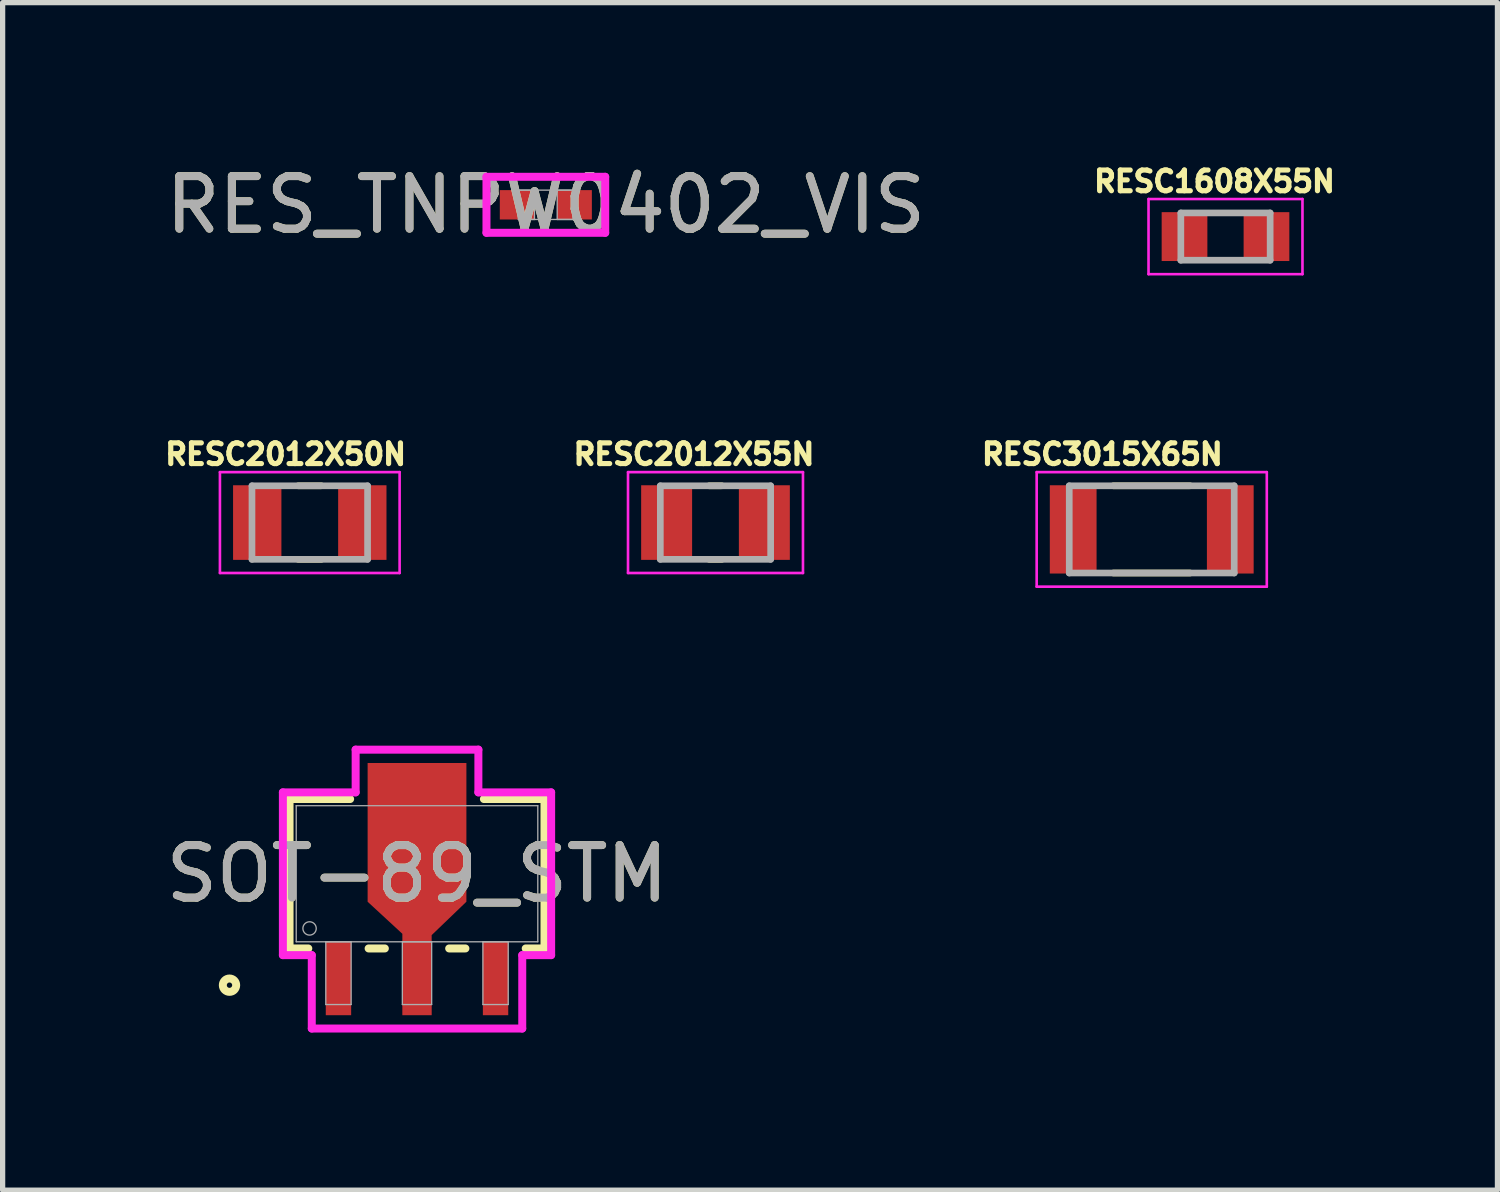
<source format=kicad_pcb>
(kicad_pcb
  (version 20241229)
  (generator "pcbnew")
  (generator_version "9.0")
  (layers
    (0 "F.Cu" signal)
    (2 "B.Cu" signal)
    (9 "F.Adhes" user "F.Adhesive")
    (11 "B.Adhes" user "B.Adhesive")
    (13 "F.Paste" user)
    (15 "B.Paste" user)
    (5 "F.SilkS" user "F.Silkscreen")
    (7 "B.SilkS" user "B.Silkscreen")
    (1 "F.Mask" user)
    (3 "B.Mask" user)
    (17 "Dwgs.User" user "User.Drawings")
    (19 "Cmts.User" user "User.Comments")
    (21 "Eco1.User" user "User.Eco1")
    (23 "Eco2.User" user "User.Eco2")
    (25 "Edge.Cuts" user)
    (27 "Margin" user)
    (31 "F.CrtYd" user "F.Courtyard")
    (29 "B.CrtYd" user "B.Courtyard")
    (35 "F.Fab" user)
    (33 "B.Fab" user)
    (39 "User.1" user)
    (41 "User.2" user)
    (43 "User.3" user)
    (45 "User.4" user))
  (footprint "SOT-89_STM"
    (layer "F.Cu")
    (at 4.887 13.58)
    (property "Reference" "SOT-89_STM" (at 0 0 0) (unlocked yes) (layer "F.SilkS") (effects (font (size 1 1) (thickness 0.15))))
    (attr smd)
    (fp_poly (pts (xy -0.279 1.295) (xy -0.279 1.143) (xy -0.94 0.533) (xy -0.94 -2.108) (xy 0.94 -2.108) (xy 0.94 0.533) (xy 0.279 1.168) (xy 0.279 1.295)) (stroke (width 0) (type solid)) (fill yes) (layer "F.Cu"))
    (fp_poly (pts (xy -0.279 1.295) (xy -0.279 1.143) (xy -0.914 0.508) (xy -0.914 -1.956) (xy 0.914 -1.956) (xy 0.914 0.508) (xy 0.279 1.143) (xy 0.279 1.295)) (stroke (width 0) (type solid)) (fill yes) (layer "F.Mask"))
    (fp_line (start -2.426 -1.422) (end -2.426 1.422) (stroke (width 0.152) (type solid)) (layer "F.SilkS"))
    (fp_line (start -2.426 1.422) (end -2.069 1.422) (stroke (width 0.152) (type solid)) (layer "F.SilkS"))
    (fp_line (start -1.273 -1.422) (end -2.426 -1.422) (stroke (width 0.152) (type solid)) (layer "F.SilkS"))
    (fp_line (start -0.921 1.422) (end -0.612 1.422) (stroke (width 0.152) (type solid)) (layer "F.SilkS"))
    (fp_line (start 0.612 1.422) (end 0.921 1.422) (stroke (width 0.152) (type solid)) (layer "F.SilkS"))
    (fp_line (start 2.069 1.422) (end 2.426 1.422) (stroke (width 0.152) (type solid)) (layer "F.SilkS"))
    (fp_line (start 2.426 -1.422) (end 1.273 -1.422) (stroke (width 0.152) (type solid)) (layer "F.SilkS"))
    (fp_line (start 2.426 1.422) (end 2.426 -1.422) (stroke (width 0.152) (type solid)) (layer "F.SilkS"))
    (fp_circle (center -3.569 2.121) (end -3.442 2.121) (stroke (width 0.152) (type solid)) (fill no) (layer "F.SilkS"))
    (fp_poly (pts (xy -0.279 1.295) (xy -0.279 1.143) (xy -0.914 0.508) (xy -0.914 -1.956) (xy 0.914 -1.956) (xy 0.914 0.508) (xy 0.279 1.143) (xy 0.279 1.295)) (stroke (width 0) (type solid)) (fill yes) (layer "F.Paste"))
    (fp_line (start -2.553 -1.549) (end -1.168 -1.549) (stroke (width 0.152) (type solid)) (layer "F.CrtYd"))
    (fp_line (start -2.553 1.549) (end -2.553 -1.549) (stroke (width 0.152) (type solid)) (layer "F.CrtYd"))
    (fp_line (start -2.003 1.549) (end -2.553 1.549) (stroke (width 0.152) (type solid)) (layer "F.CrtYd"))
    (fp_line (start -2.003 2.946) (end -2.003 1.549) (stroke (width 0.152) (type solid)) (layer "F.CrtYd"))
    (fp_line (start -1.168 -2.362) (end 1.168 -2.362) (stroke (width 0.152) (type solid)) (layer "F.CrtYd"))
    (fp_line (start -1.168 -1.549) (end -1.168 -2.362) (stroke (width 0.152) (type solid)) (layer "F.CrtYd"))
    (fp_line (start 1.168 -2.362) (end 1.168 -1.549) (stroke (width 0.152) (type solid)) (layer "F.CrtYd"))
    (fp_line (start 1.168 -1.549) (end 2.553 -1.549) (stroke (width 0.152) (type solid)) (layer "F.CrtYd"))
    (fp_line (start 2.003 1.549) (end 2.003 2.946) (stroke (width 0.152) (type solid)) (layer "F.CrtYd"))
    (fp_line (start 2.003 2.946) (end -2.003 2.946) (stroke (width 0.152) (type solid)) (layer "F.CrtYd"))
    (fp_line (start 2.553 -1.549) (end 2.553 1.549) (stroke (width 0.152) (type solid)) (layer "F.CrtYd"))
    (fp_line (start 2.553 1.549) (end 2.003 1.549) (stroke (width 0.152) (type solid)) (layer "F.CrtYd"))
    (fp_line (start -2.299 -1.295) (end -2.299 1.295) (stroke (width 0.025) (type solid)) (layer "F.Fab"))
    (fp_line (start -2.299 1.295) (end 2.299 1.295) (stroke (width 0.025) (type solid)) (layer "F.Fab"))
    (fp_line (start -1.736 1.295) (end -1.736 2.489) (stroke (width 0.025) (type solid)) (layer "F.Fab"))
    (fp_line (start -1.736 2.489) (end -1.254 2.489) (stroke (width 0.025) (type solid)) (layer "F.Fab"))
    (fp_line (start -1.254 1.295) (end -1.736 1.295) (stroke (width 0.025) (type solid)) (layer "F.Fab"))
    (fp_line (start -1.254 2.489) (end -1.254 1.295) (stroke (width 0.025) (type solid)) (layer "F.Fab"))
    (fp_line (start -0.279 1.295) (end -0.279 2.489) (stroke (width 0.025) (type solid)) (layer "F.Fab"))
    (fp_line (start -0.279 2.489) (end 0.279 2.489) (stroke (width 0.025) (type solid)) (layer "F.Fab"))
    (fp_line (start 0.279 1.295) (end -0.279 1.295) (stroke (width 0.025) (type solid)) (layer "F.Fab"))
    (fp_line (start 0.279 2.489) (end 0.279 1.295) (stroke (width 0.025) (type solid)) (layer "F.Fab"))
    (fp_line (start 1.254 1.295) (end 1.254 2.489) (stroke (width 0.025) (type solid)) (layer "F.Fab"))
    (fp_line (start 1.254 2.489) (end 1.736 2.489) (stroke (width 0.025) (type solid)) (layer "F.Fab"))
    (fp_line (start 1.736 1.295) (end 1.254 1.295) (stroke (width 0.025) (type solid)) (layer "F.Fab"))
    (fp_line (start 1.736 2.489) (end 1.736 1.295) (stroke (width 0.025) (type solid)) (layer "F.Fab"))
    (fp_line (start 2.299 -1.295) (end -2.299 -1.295) (stroke (width 0.025) (type solid)) (layer "F.Fab"))
    (fp_line (start 2.299 1.295) (end 2.299 -1.295) (stroke (width 0.025) (type solid)) (layer "F.Fab"))
    (fp_circle (center -2.045 1.041) (end -1.918 1.041) (stroke (width 0.025) (type solid)) (fill no) (layer "F.Fab"))
    (fp_text user "${REFERENCE}" (at 0 0 0) (unlocked yes) (layer "F.Fab") (effects (font (size 1 1) (thickness 0.15))))
    (pad "1" smd rect (at -1.495 1.994) (size 0.483 1.397) (layers "F.Cu" "F.Mask" "F.Paste"))
    (pad "2" smd rect (at 0 1.994) (size 0.559 1.397) (layers "F.Cu" "F.Mask" "F.Paste"))
    (pad "3" smd rect (at 1.495 1.994) (size 0.483 1.397) (layers "F.Cu" "F.Mask" "F.Paste")))
  (footprint "RESC2012X55N"
    (layer "F.Cu")
    (at 10.568 6.896)
    (property "Reference" "RESC2012X55N" (at -0.41 -1.3 0) (layer "F.SilkS") (effects (font (size 0.394 0.394) (thickness 0.15))))
    (attr smd)
    (fp_line (start -0.12 -0.7) (end 0.12 -0.7) (stroke (width 0.127) (type solid)) (layer "F.SilkS"))
    (fp_line (start -0.12 0.7) (end 0.12 0.7) (stroke (width 0.127) (type solid)) (layer "F.SilkS"))
    (fp_line (start -1.665 -0.96) (end 1.665 -0.96) (stroke (width 0.05) (type solid)) (layer "F.CrtYd"))
    (fp_line (start -1.665 0.96) (end -1.665 -0.96) (stroke (width 0.05) (type solid)) (layer "F.CrtYd"))
    (fp_line (start -1.665 0.96) (end 1.665 0.96) (stroke (width 0.05) (type solid)) (layer "F.CrtYd"))
    (fp_line (start 1.665 0.96) (end 1.665 -0.96) (stroke (width 0.05) (type solid)) (layer "F.CrtYd"))
    (fp_line (start -1.05 0.7) (end -1.05 -0.7) (stroke (width 0.127) (type solid)) (layer "F.Fab"))
    (fp_line (start 1.05 -0.7) (end -1.05 -0.7) (stroke (width 0.127) (type solid)) (layer "F.Fab"))
    (fp_line (start 1.05 0.7) (end -1.05 0.7) (stroke (width 0.127) (type solid)) (layer "F.Fab"))
    (fp_line (start 1.05 0.7) (end 1.05 -0.7) (stroke (width 0.127) (type solid)) (layer "F.Fab"))
    (pad "1" smd rect (at -0.93 0) (size 0.97 1.42) (layers "F.Cu" "F.Mask" "F.Paste"))
    (pad "2" smd rect (at 0.93 0) (size 0.97 1.42) (layers "F.Cu" "F.Mask" "F.Paste")))
  (footprint "RES_TNPW0402_VIS"
    (layer "F.Cu")
    (at 7.339 0.848)
    (property "Reference" "RES_TNPW0402_VIS" (at 0 0 0) (unlocked yes) (layer "F.SilkS") (effects (font (size 1 1) (thickness 0.15))))
    (attr smd)
    (fp_line (start -1.13 -0.533) (end 1.13 -0.533) (stroke (width 0.152) (type solid)) (layer "F.CrtYd"))
    (fp_line (start -1.13 0.533) (end -1.13 -0.533) (stroke (width 0.152) (type solid)) (layer "F.CrtYd"))
    (fp_line (start 1.13 -0.533) (end 1.13 0.533) (stroke (width 0.152) (type solid)) (layer "F.CrtYd"))
    (fp_line (start 1.13 0.533) (end -1.13 0.533) (stroke (width 0.152) (type solid)) (layer "F.CrtYd"))
    (fp_line (start -0.521 -0.279) (end -0.521 0.279) (stroke (width 0.025) (type solid)) (layer "F.Fab"))
    (fp_line (start -0.521 -0.279) (end -0.521 0.279) (stroke (width 0.025) (type solid)) (layer "F.Fab"))
    (fp_line (start -0.521 0.279) (end -0.216 0.279) (stroke (width 0.025) (type solid)) (layer "F.Fab"))
    (fp_line (start -0.521 0.279) (end 0.521 0.279) (stroke (width 0.025) (type solid)) (layer "F.Fab"))
    (fp_line (start -0.216 -0.279) (end -0.521 -0.279) (stroke (width 0.025) (type solid)) (layer "F.Fab"))
    (fp_line (start -0.216 0.279) (end -0.216 -0.279) (stroke (width 0.025) (type solid)) (layer "F.Fab"))
    (fp_line (start 0.216 -0.279) (end 0.216 0.279) (stroke (width 0.025) (type solid)) (layer "F.Fab"))
    (fp_line (start 0.216 0.279) (end 0.521 0.279) (stroke (width 0.025) (type solid)) (layer "F.Fab"))
    (fp_line (start 0.521 -0.279) (end -0.521 -0.279) (stroke (width 0.025) (type solid)) (layer "F.Fab"))
    (fp_line (start 0.521 -0.279) (end 0.216 -0.279) (stroke (width 0.025) (type solid)) (layer "F.Fab"))
    (fp_line (start 0.521 0.279) (end 0.521 -0.279) (stroke (width 0.025) (type solid)) (layer "F.Fab"))
    (fp_line (start 0.521 0.279) (end 0.521 -0.279) (stroke (width 0.025) (type solid)) (layer "F.Fab"))
    (fp_text user "${REFERENCE}" (at 0 0 0) (unlocked yes) (layer "F.Fab") (effects (font (size 1 1) (thickness 0.15))))
    (pad "1" smd rect (at -0.546 0) (size 0.66 0.559) (layers "F.Cu" "F.Mask" "F.Paste"))
    (pad "2" smd rect (at 0.546 0) (size 0.66 0.559) (layers "F.Cu" "F.Mask" "F.Paste"))
    (zone (net_name "") (layer "F.Cu") (hatch full 0.508) (connect_pads) (min_thickness 0.254) (filled_areas_thickness no) (keepout (tracks not_allowed) (vias not_allowed) (pads allowed) (copperpour not_allowed) (footprints allowed)) (placement (enabled no)) (fill) (polygon (pts (xy 7.174 0.62) (xy 7.504 0.62) (xy 7.504 1.077) (xy 7.174 1.077)))))
  (footprint "RESC3015X65N"
    (layer "F.Cu")
    (at 18.871 7.026)
    (property "Reference" "RESC3015X65N" (at -0.94 -1.43 0) (layer "F.SilkS") (effects (font (size 0.394 0.394) (thickness 0.15))))
    (attr smd)
    (fp_line (start -0.73 -0.83) (end 0.73 -0.83) (stroke (width 0.127) (type solid)) (layer "F.SilkS"))
    (fp_line (start -0.73 0.83) (end 0.73 0.83) (stroke (width 0.127) (type solid)) (layer "F.SilkS"))
    (fp_line (start -2.19 -1.09) (end 2.19 -1.09) (stroke (width 0.05) (type solid)) (layer "F.CrtYd"))
    (fp_line (start -2.19 1.09) (end -2.19 -1.09) (stroke (width 0.05) (type solid)) (layer "F.CrtYd"))
    (fp_line (start -2.19 1.09) (end 2.19 1.09) (stroke (width 0.05) (type solid)) (layer "F.CrtYd"))
    (fp_line (start 2.19 1.09) (end 2.19 -1.09) (stroke (width 0.05) (type solid)) (layer "F.CrtYd"))
    (fp_line (start -1.57 0.83) (end -1.57 -0.83) (stroke (width 0.127) (type solid)) (layer "F.Fab"))
    (fp_line (start 1.57 -0.83) (end -1.57 -0.83) (stroke (width 0.127) (type solid)) (layer "F.Fab"))
    (fp_line (start 1.57 0.83) (end -1.57 0.83) (stroke (width 0.127) (type solid)) (layer "F.Fab"))
    (fp_line (start 1.57 0.83) (end 1.57 -0.83) (stroke (width 0.127) (type solid)) (layer "F.Fab"))
    (pad "1" smd rect (at -1.495 0) (size 0.89 1.68) (layers "F.Cu" "F.Mask" "F.Paste"))
    (pad "2" smd rect (at 1.495 0) (size 0.89 1.68) (layers "F.Cu" "F.Mask" "F.Paste")))
  (footprint "RESC1608X55N"
    (layer "F.Cu")
    (at 20.275 1.453)
    (property "Reference" "RESC1608X55N" (at -0.21 -1.05 0) (layer "F.SilkS") (effects (font (size 0.394 0.394) (thickness 0.15))))
    (attr smd)
    (fp_line (start -1.465 -0.715) (end 1.465 -0.715) (stroke (width 0.05) (type solid)) (layer "F.CrtYd"))
    (fp_line (start -1.465 0.715) (end -1.465 -0.715) (stroke (width 0.05) (type solid)) (layer "F.CrtYd"))
    (fp_line (start -1.465 0.715) (end 1.465 0.715) (stroke (width 0.05) (type solid)) (layer "F.CrtYd"))
    (fp_line (start 1.465 0.715) (end 1.465 -0.715) (stroke (width 0.05) (type solid)) (layer "F.CrtYd"))
    (fp_line (start -0.85 0.45) (end -0.85 -0.45) (stroke (width 0.127) (type solid)) (layer "F.Fab"))
    (fp_line (start 0.85 -0.45) (end -0.85 -0.45) (stroke (width 0.127) (type solid)) (layer "F.Fab"))
    (fp_line (start 0.85 0.45) (end -0.85 0.45) (stroke (width 0.127) (type solid)) (layer "F.Fab"))
    (fp_line (start 0.85 0.45) (end 0.85 -0.45) (stroke (width 0.127) (type solid)) (layer "F.Fab"))
    (pad "1" smd rect (at -0.78 0) (size 0.87 0.93) (layers "F.Cu" "F.Mask" "F.Paste"))
    (pad "2" smd rect (at 0.78 0) (size 0.87 0.93) (layers "F.Cu" "F.Mask" "F.Paste")))
  (footprint "RESC2012X50N"
    (layer "F.Cu")
    (at 2.846 6.896)
    (property "Reference" "RESC2012X50N" (at -0.46 -1.3 0) (layer "F.SilkS") (effects (font (size 0.394 0.394) (thickness 0.15))))
    (attr smd)
    (fp_line (start -0.22 -0.7) (end 0.22 -0.7) (stroke (width 0.127) (type solid)) (layer "F.SilkS"))
    (fp_line (start -0.22 0.7) (end 0.22 0.7) (stroke (width 0.127) (type solid)) (layer "F.SilkS"))
    (fp_line (start -1.71 -0.96) (end 1.71 -0.96) (stroke (width 0.05) (type solid)) (layer "F.CrtYd"))
    (fp_line (start -1.71 0.96) (end -1.71 -0.96) (stroke (width 0.05) (type solid)) (layer "F.CrtYd"))
    (fp_line (start -1.71 0.96) (end 1.71 0.96) (stroke (width 0.05) (type solid)) (layer "F.CrtYd"))
    (fp_line (start 1.71 0.96) (end 1.71 -0.96) (stroke (width 0.05) (type solid)) (layer "F.CrtYd"))
    (fp_line (start -1.1 0.7) (end -1.1 -0.7) (stroke (width 0.127) (type solid)) (layer "F.Fab"))
    (fp_line (start 1.1 -0.7) (end -1.1 -0.7) (stroke (width 0.127) (type solid)) (layer "F.Fab"))
    (fp_line (start 1.1 0.7) (end -1.1 0.7) (stroke (width 0.127) (type solid)) (layer "F.Fab"))
    (fp_line (start 1.1 0.7) (end 1.1 -0.7) (stroke (width 0.127) (type solid)) (layer "F.Fab"))
    (pad "1" smd rect (at -1 0) (size 0.92 1.42) (layers "F.Cu" "F.Mask" "F.Paste"))
    (pad "2" smd rect (at 1 0) (size 0.92 1.42) (layers "F.Cu" "F.Mask" "F.Paste")))
  (gr_rect
    (start -3 -3)
    (end 25.451 19.602)
    (stroke (width 0.1) (type default))
    (fill no)
    (layer "Edge.Cuts")))
</source>
